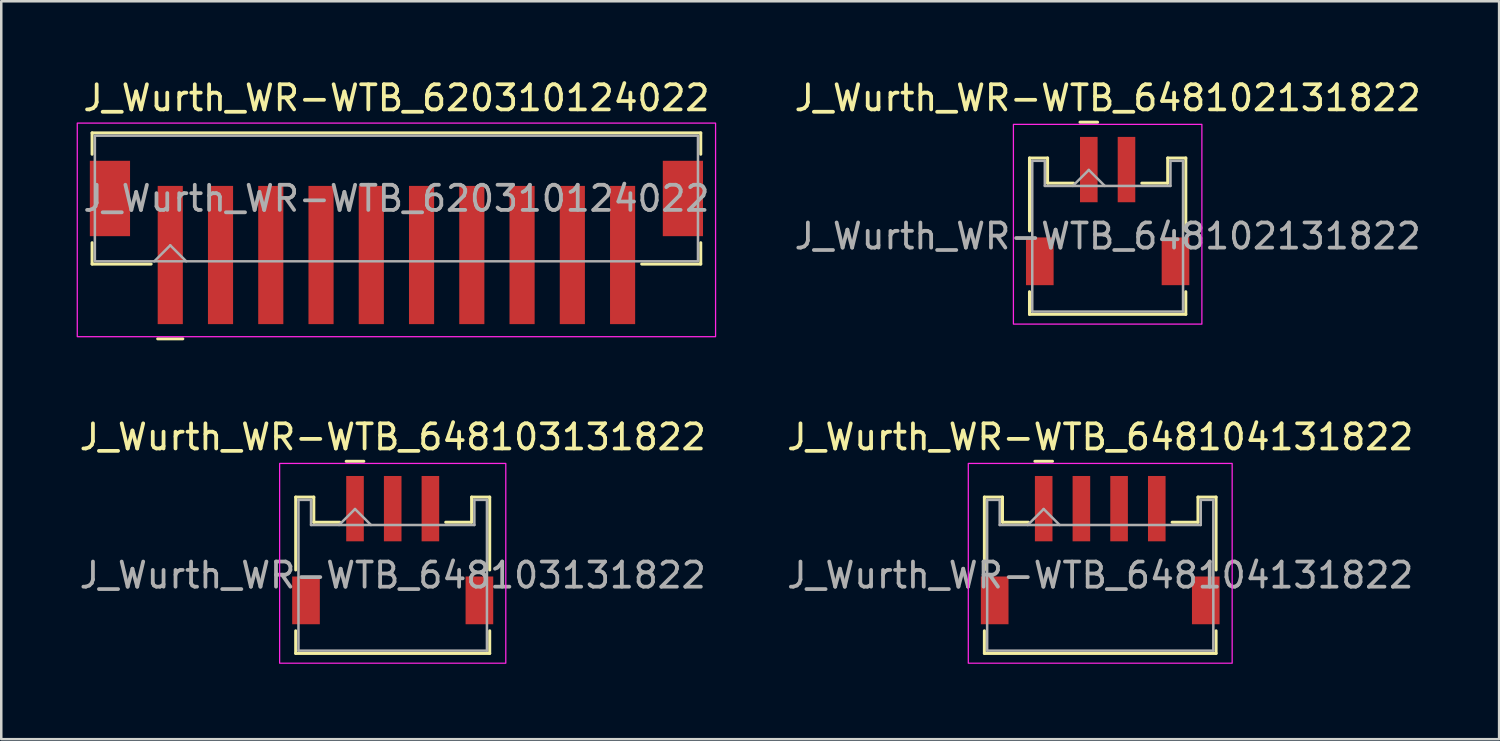
<source format=kicad_pcb>
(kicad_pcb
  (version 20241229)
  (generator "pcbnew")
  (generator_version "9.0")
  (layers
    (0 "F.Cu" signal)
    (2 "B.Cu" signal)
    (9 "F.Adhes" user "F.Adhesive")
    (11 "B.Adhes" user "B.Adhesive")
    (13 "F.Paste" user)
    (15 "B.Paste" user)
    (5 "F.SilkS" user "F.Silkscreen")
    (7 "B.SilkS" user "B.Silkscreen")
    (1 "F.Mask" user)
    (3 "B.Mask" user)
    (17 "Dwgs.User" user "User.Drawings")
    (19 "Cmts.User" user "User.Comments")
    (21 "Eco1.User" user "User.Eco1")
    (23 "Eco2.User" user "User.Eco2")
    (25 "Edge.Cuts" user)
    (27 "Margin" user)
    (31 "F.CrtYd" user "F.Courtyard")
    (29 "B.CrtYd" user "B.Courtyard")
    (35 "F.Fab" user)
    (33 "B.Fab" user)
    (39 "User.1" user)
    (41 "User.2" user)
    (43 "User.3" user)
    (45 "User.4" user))
  (footprint "J_Wurth_WR-WTB_620310124022"
    (layer "F.Cu")
    (at 12.725 4.848)
    (property "Reference" "J_Wurth_WR-WTB_620310124022" (at 0 -4 0) (unlocked yes) (layer "F.SilkS") (effects (font (size 1 1) (thickness 0.15))))
    (attr smd)
    (fp_line (start -12.11 -2.61) (end -12.11 -1.76) (stroke (width 0.12) (type solid)) (layer "F.SilkS"))
    (fp_line (start -12.11 -2.61) (end 12.11 -2.61) (stroke (width 0.12) (type default)) (layer "F.SilkS"))
    (fp_line (start -12.11 1.76) (end -12.11 2.61) (stroke (width 0.12) (type solid)) (layer "F.SilkS"))
    (fp_line (start -9.76 2.61) (end -12.11 2.61) (stroke (width 0.12) (type solid)) (layer "F.SilkS"))
    (fp_line (start -8.5 5.585) (end -9.5 5.585) (stroke (width 0.12) (type solid)) (layer "F.SilkS"))
    (fp_line (start 12.11 -2.61) (end 12.11 -1.76) (stroke (width 0.12) (type solid)) (layer "F.SilkS"))
    (fp_line (start 12.11 1.76) (end 12.11 2.61) (stroke (width 0.12) (type solid)) (layer "F.SilkS"))
    (fp_line (start 12.11 2.61) (end 9.76 2.61) (stroke (width 0.12) (type solid)) (layer "F.SilkS"))
    (fp_rect (start -12.7 -3) (end 12.7 5.5) (stroke (width 0.05) (type solid)) (fill no) (layer "F.CrtYd"))
    (fp_line (start -9 1.865) (end -9.635 2.5) (stroke (width 0.1) (type default)) (layer "F.Fab"))
    (fp_line (start -8.365 2.5) (end -9 1.865) (stroke (width 0.1) (type default)) (layer "F.Fab"))
    (fp_rect (start -12 -2.5) (end 12 2.5) (stroke (width 0.1) (type solid)) (fill no) (layer "F.Fab"))
    (fp_text user "${REFERENCE}" (at 0 0 0) (unlocked yes) (layer "F.Fab") (effects (font (size 1 1) (thickness 0.15))))
    (pad "1" smd rect (at -9 2.25 180) (size 1 5.5) (layers "F.Cu" "F.Mask" "F.Paste"))
    (pad "2" smd rect (at -7 2.25 180) (size 1 5.5) (layers "F.Cu" "F.Mask" "F.Paste"))
    (pad "3" smd rect (at -5 2.25 180) (size 1 5.5) (layers "F.Cu" "F.Mask" "F.Paste"))
    (pad "4" smd rect (at -3 2.25 180) (size 1 5.5) (layers "F.Cu" "F.Mask" "F.Paste"))
    (pad "5" smd rect (at -1 2.25 180) (size 1 5.5) (layers "F.Cu" "F.Mask" "F.Paste"))
    (pad "6" smd rect (at 1 2.25 180) (size 1 5.5) (layers "F.Cu" "F.Mask" "F.Paste"))
    (pad "7" smd rect (at 3 2.25 180) (size 1 5.5) (layers "F.Cu" "F.Mask" "F.Paste"))
    (pad "8" smd rect (at 5 2.25 180) (size 1 5.5) (layers "F.Cu" "F.Mask" "F.Paste"))
    (pad "9" smd rect (at 7 2.25 180) (size 1 5.5) (layers "F.Cu" "F.Mask" "F.Paste"))
    (pad "10" smd rect (at 9 2.25 180) (size 1 5.5) (layers "F.Cu" "F.Mask" "F.Paste"))
    (pad "MP1" smd rect (at 11.4 0 180) (size 1.6 3) (layers "F.Cu" "F.Mask" "F.Paste"))
    (pad "MP2" smd rect (at -11.4 0 180) (size 1.6 3) (layers "F.Cu" "F.Mask" "F.Paste")))
  (footprint "J_Wurth_WR-WTB_648103131822"
    (layer "F.Cu")
    (at 12.577 19.841)
    (property "Reference" "J_Wurth_WR-WTB_648103131822" (at 0 -5.5 0) (unlocked yes) (layer "F.SilkS") (effects (font (size 1 1) (thickness 0.15))))
    (attr smd)
    (fp_line (start -3.86 -3.11) (end -3.14 -3.11) (stroke (width 0.12) (type solid)) (layer "F.SilkS"))
    (fp_line (start -3.86 -0.21) (end -3.86 -3.11) (stroke (width 0.12) (type solid)) (layer "F.SilkS"))
    (fp_line (start -3.86 3.11) (end -3.86 2.21) (stroke (width 0.12) (type solid)) (layer "F.SilkS"))
    (fp_line (start -3.14 -3.11) (end -3.14 -2.11) (stroke (width 0.12) (type solid)) (layer "F.SilkS"))
    (fp_line (start -3.14 -2.11) (end -2.11 -2.11) (stroke (width 0.12) (type solid)) (layer "F.SilkS"))
    (fp_line (start -1.85 -4.535) (end -1.15 -4.535) (stroke (width 0.12) (type solid)) (layer "F.SilkS"))
    (fp_line (start 2.11 -2.11) (end 3.14 -2.11) (stroke (width 0.12) (type solid)) (layer "F.SilkS"))
    (fp_line (start 3.14 -3.11) (end 3.14 -2.11) (stroke (width 0.12) (type solid)) (layer "F.SilkS"))
    (fp_line (start 3.86 -3.11) (end 3.14 -3.11) (stroke (width 0.12) (type solid)) (layer "F.SilkS"))
    (fp_line (start 3.86 -0.21) (end 3.86 -3.11) (stroke (width 0.12) (type solid)) (layer "F.SilkS"))
    (fp_line (start 3.86 3.11) (end -3.86 3.11) (stroke (width 0.12) (type default)) (layer "F.SilkS"))
    (fp_line (start 3.86 3.11) (end 3.86 2.21) (stroke (width 0.12) (type solid)) (layer "F.SilkS"))
    (fp_rect (start -4.5 -4.45) (end 4.5 3.5) (stroke (width 0.05) (type solid)) (fill no) (layer "F.CrtYd"))
    (fp_line (start -3.75 -3) (end -3.25 -3) (stroke (width 0.1) (type solid)) (layer "F.Fab"))
    (fp_line (start -3.75 3) (end -3.75 -3) (stroke (width 0.1) (type default)) (layer "F.Fab"))
    (fp_line (start -3.25 -3) (end -3.25 -2) (stroke (width 0.1) (type default)) (layer "F.Fab"))
    (fp_line (start -1.5 -2.635) (end -2.135 -2) (stroke (width 0.1) (type default)) (layer "F.Fab"))
    (fp_line (start -0.865 -2) (end -1.5 -2.635) (stroke (width 0.1) (type default)) (layer "F.Fab"))
    (fp_line (start 3.25 -3) (end 3.25 -2) (stroke (width 0.1) (type default)) (layer "F.Fab"))
    (fp_line (start 3.25 -3) (end 3.75 -3) (stroke (width 0.1) (type solid)) (layer "F.Fab"))
    (fp_line (start 3.25 -2) (end -3.25 -2) (stroke (width 0.1) (type default)) (layer "F.Fab"))
    (fp_line (start 3.75 -3) (end 3.75 3) (stroke (width 0.1) (type default)) (layer "F.Fab"))
    (fp_line (start 3.75 3) (end -3.75 3) (stroke (width 0.1) (type default)) (layer "F.Fab"))
    (fp_text user "${REFERENCE}" (at 0 0 0) (unlocked yes) (layer "F.Fab") (effects (font (size 1 1) (thickness 0.15))))
    (pad "1" smd rect (at -1.5 -2.65) (size 0.7 2.6) (layers "F.Cu" "F.Mask" "F.Paste"))
    (pad "2" smd rect (at 0 -2.65) (size 0.7 2.6) (layers "F.Cu" "F.Mask" "F.Paste"))
    (pad "3" smd rect (at 1.5 -2.65) (size 0.7 2.6) (layers "F.Cu" "F.Mask" "F.Paste"))
    (pad "MP1" smd rect (at -3.45 1) (size 1.1 1.9) (layers "F.Cu" "F.Mask" "F.Paste"))
    (pad "MP2" smd rect (at 3.45 1) (size 1.1 1.9) (layers "F.Cu" "F.Mask" "F.Paste")))
  (footprint "J_Wurth_WR-WTB_648102131822"
    (layer "F.Cu")
    (at 41.027 6.348)
    (property "Reference" "J_Wurth_WR-WTB_648102131822" (at 0 -5.5 0) (unlocked yes) (layer "F.SilkS") (effects (font (size 1 1) (thickness 0.15))))
    (attr smd)
    (fp_line (start -3.11 -3.11) (end -2.39 -3.11) (stroke (width 0.12) (type solid)) (layer "F.SilkS"))
    (fp_line (start -3.11 -0.21) (end -3.11 -3.11) (stroke (width 0.12) (type solid)) (layer "F.SilkS"))
    (fp_line (start -3.11 3.11) (end -3.11 2.21) (stroke (width 0.12) (type solid)) (layer "F.SilkS"))
    (fp_line (start -2.39 -3.11) (end -2.39 -2.11) (stroke (width 0.12) (type solid)) (layer "F.SilkS"))
    (fp_line (start -2.39 -2.11) (end -1.36 -2.11) (stroke (width 0.12) (type solid)) (layer "F.SilkS"))
    (fp_line (start -1.1 -4.535) (end -0.4 -4.535) (stroke (width 0.12) (type solid)) (layer "F.SilkS"))
    (fp_line (start 1.36 -2.11) (end 2.39 -2.11) (stroke (width 0.12) (type solid)) (layer "F.SilkS"))
    (fp_line (start 2.39 -3.11) (end 2.39 -2.11) (stroke (width 0.12) (type solid)) (layer "F.SilkS"))
    (fp_line (start 3.11 -3.11) (end 2.39 -3.11) (stroke (width 0.12) (type solid)) (layer "F.SilkS"))
    (fp_line (start 3.11 -0.21) (end 3.11 -3.11) (stroke (width 0.12) (type solid)) (layer "F.SilkS"))
    (fp_line (start 3.11 3.11) (end -3.11 3.11) (stroke (width 0.12) (type default)) (layer "F.SilkS"))
    (fp_line (start 3.11 3.11) (end 3.11 2.21) (stroke (width 0.12) (type solid)) (layer "F.SilkS"))
    (fp_rect (start -3.75 -4.45) (end 3.75 3.5) (stroke (width 0.05) (type solid)) (fill no) (layer "F.CrtYd"))
    (fp_line (start -3 -3) (end -2.5 -3) (stroke (width 0.1) (type solid)) (layer "F.Fab"))
    (fp_line (start -3 3) (end -3 -3) (stroke (width 0.1) (type default)) (layer "F.Fab"))
    (fp_line (start -2.5 -3) (end -2.5 -2) (stroke (width 0.1) (type default)) (layer "F.Fab"))
    (fp_line (start -0.75 -2.635) (end -1.385 -2) (stroke (width 0.1) (type default)) (layer "F.Fab"))
    (fp_line (start -0.115 -2) (end -0.75 -2.635) (stroke (width 0.1) (type default)) (layer "F.Fab"))
    (fp_line (start 2.5 -3) (end 2.5 -2) (stroke (width 0.1) (type default)) (layer "F.Fab"))
    (fp_line (start 2.5 -3) (end 3 -3) (stroke (width 0.1) (type solid)) (layer "F.Fab"))
    (fp_line (start 2.5 -2) (end -2.5 -2) (stroke (width 0.1) (type default)) (layer "F.Fab"))
    (fp_line (start 3 -3) (end 3 3) (stroke (width 0.1) (type default)) (layer "F.Fab"))
    (fp_line (start 3 3) (end -3 3) (stroke (width 0.1) (type default)) (layer "F.Fab"))
    (fp_text user "${REFERENCE}" (at 0 0 0) (unlocked yes) (layer "F.Fab") (effects (font (size 1 1) (thickness 0.15))))
    (pad "1" smd rect (at -0.75 -2.65) (size 0.7 2.6) (layers "F.Cu" "F.Mask" "F.Paste"))
    (pad "2" smd rect (at 0.75 -2.65) (size 0.7 2.6) (layers "F.Cu" "F.Mask" "F.Paste"))
    (pad "MP1" smd rect (at -2.7 1) (size 1.1 1.9) (layers "F.Cu" "F.Mask" "F.Paste"))
    (pad "MP2" smd rect (at 2.7 1) (size 1.1 1.9) (layers "F.Cu" "F.Mask" "F.Paste")))
  (footprint "J_Wurth_WR-WTB_648104131822"
    (layer "F.Cu")
    (at 40.732 19.841)
    (property "Reference" "J_Wurth_WR-WTB_648104131822" (at 0 -5.5 0) (unlocked yes) (layer "F.SilkS") (effects (font (size 1 1) (thickness 0.15))))
    (attr smd)
    (fp_line (start -4.61 -3.11) (end -3.89 -3.11) (stroke (width 0.12) (type solid)) (layer "F.SilkS"))
    (fp_line (start -4.61 -0.21) (end -4.61 -3.11) (stroke (width 0.12) (type solid)) (layer "F.SilkS"))
    (fp_line (start -4.61 3.11) (end -4.61 2.21) (stroke (width 0.12) (type solid)) (layer "F.SilkS"))
    (fp_line (start -3.89 -3.11) (end -3.89 -2.11) (stroke (width 0.12) (type solid)) (layer "F.SilkS"))
    (fp_line (start -3.89 -2.11) (end -2.86 -2.11) (stroke (width 0.12) (type solid)) (layer "F.SilkS"))
    (fp_line (start -2.6 -4.535) (end -1.9 -4.535) (stroke (width 0.12) (type solid)) (layer "F.SilkS"))
    (fp_line (start 2.86 -2.11) (end 3.89 -2.11) (stroke (width 0.12) (type solid)) (layer "F.SilkS"))
    (fp_line (start 3.89 -3.11) (end 3.89 -2.11) (stroke (width 0.12) (type solid)) (layer "F.SilkS"))
    (fp_line (start 4.61 -3.11) (end 3.89 -3.11) (stroke (width 0.12) (type solid)) (layer "F.SilkS"))
    (fp_line (start 4.61 -0.21) (end 4.61 -3.11) (stroke (width 0.12) (type solid)) (layer "F.SilkS"))
    (fp_line (start 4.61 3.11) (end -4.61 3.11) (stroke (width 0.12) (type default)) (layer "F.SilkS"))
    (fp_line (start 4.61 3.11) (end 4.61 2.21) (stroke (width 0.12) (type solid)) (layer "F.SilkS"))
    (fp_rect (start -5.25 -4.45) (end 5.25 3.5) (stroke (width 0.05) (type solid)) (fill no) (layer "F.CrtYd"))
    (fp_line (start -4.5 -3) (end -4 -3) (stroke (width 0.1) (type solid)) (layer "F.Fab"))
    (fp_line (start -4.5 3) (end -4.5 -3) (stroke (width 0.1) (type default)) (layer "F.Fab"))
    (fp_line (start -4 -3) (end -4 -2) (stroke (width 0.1) (type default)) (layer "F.Fab"))
    (fp_line (start -2.25 -2.635) (end -2.885 -2) (stroke (width 0.1) (type default)) (layer "F.Fab"))
    (fp_line (start -1.615 -2) (end -2.25 -2.635) (stroke (width 0.1) (type default)) (layer "F.Fab"))
    (fp_line (start 4 -3) (end 4 -2) (stroke (width 0.1) (type default)) (layer "F.Fab"))
    (fp_line (start 4 -3) (end 4.5 -3) (stroke (width 0.1) (type solid)) (layer "F.Fab"))
    (fp_line (start 4 -2) (end -4 -2) (stroke (width 0.1) (type default)) (layer "F.Fab"))
    (fp_line (start 4.5 -3) (end 4.5 3) (stroke (width 0.1) (type default)) (layer "F.Fab"))
    (fp_line (start 4.5 3) (end -4.5 3) (stroke (width 0.1) (type default)) (layer "F.Fab"))
    (fp_text user "${REFERENCE}" (at 0 0 0) (unlocked yes) (layer "F.Fab") (effects (font (size 1 1) (thickness 0.15))))
    (pad "1" smd rect (at -2.25 -2.65) (size 0.7 2.6) (layers "F.Cu" "F.Mask" "F.Paste"))
    (pad "2" smd rect (at -0.75 -2.65) (size 0.7 2.6) (layers "F.Cu" "F.Mask" "F.Paste"))
    (pad "3" smd rect (at 0.75 -2.65) (size 0.7 2.6) (layers "F.Cu" "F.Mask" "F.Paste"))
    (pad "4" smd rect (at 2.25 -2.65) (size 0.7 2.6) (layers "F.Cu" "F.Mask" "F.Paste"))
    (pad "MP1" smd rect (at -4.2 1) (size 1.1 1.9) (layers "F.Cu" "F.Mask" "F.Paste"))
    (pad "MP2" smd rect (at 4.2 1) (size 1.1 1.9) (layers "F.Cu" "F.Mask" "F.Paste")))
  (gr_rect
    (start -3 -3)
    (end 56.605 26.366)
    (stroke (width 0.1) (type default))
    (fill no)
    (layer "Edge.Cuts")))
</source>
